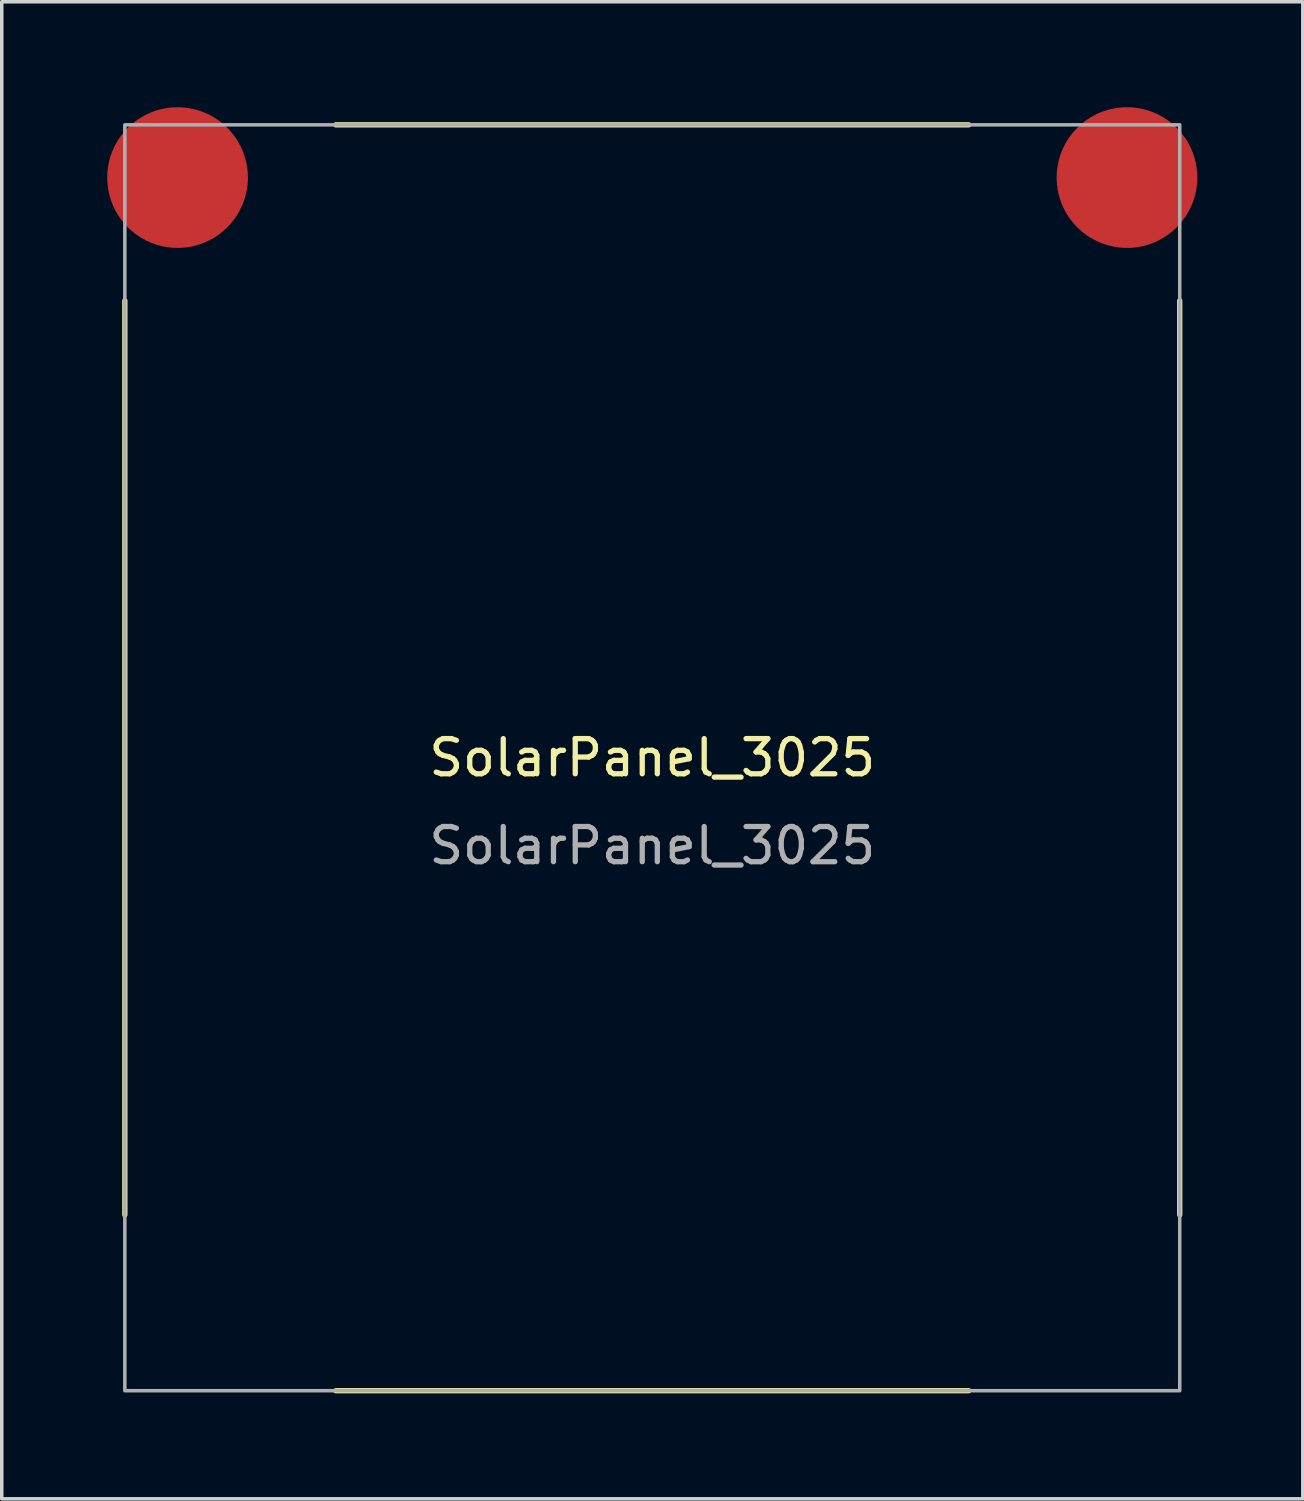
<source format=kicad_pcb>
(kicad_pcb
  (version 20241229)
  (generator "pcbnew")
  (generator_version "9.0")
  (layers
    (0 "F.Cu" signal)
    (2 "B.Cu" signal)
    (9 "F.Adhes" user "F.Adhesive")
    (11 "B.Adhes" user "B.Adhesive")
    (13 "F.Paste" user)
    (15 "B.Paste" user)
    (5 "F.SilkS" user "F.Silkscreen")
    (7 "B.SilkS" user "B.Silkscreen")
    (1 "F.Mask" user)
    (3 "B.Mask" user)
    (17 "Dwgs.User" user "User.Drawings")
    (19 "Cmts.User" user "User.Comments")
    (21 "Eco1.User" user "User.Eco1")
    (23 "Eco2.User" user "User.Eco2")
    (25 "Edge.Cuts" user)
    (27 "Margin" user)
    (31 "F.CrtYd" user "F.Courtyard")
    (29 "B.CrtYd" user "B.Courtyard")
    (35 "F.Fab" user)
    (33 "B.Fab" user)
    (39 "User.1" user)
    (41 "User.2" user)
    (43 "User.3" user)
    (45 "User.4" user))
  (footprint "SolarPanel_3025"
    (layer "F.Cu")
    (at 15.5 18.5)
    (property "Reference" "SolarPanel_3025" (at 0 0 0) (unlocked yes) (layer "F.SilkS") (effects (font (size 1 1) (thickness 0.15))))
    (attr smd)
    (fp_line (start -15 -13) (end -15 13) (stroke (width 0.15) (type default)) (layer "F.SilkS"))
    (fp_line (start -9 -18) (end 9 -18) (stroke (width 0.15) (type default)) (layer "F.SilkS"))
    (fp_line (start -9 18) (end 9 18) (stroke (width 0.15) (type default)) (layer "F.SilkS"))
    (fp_line (start 15 -13) (end 15 13) (stroke (width 0.15) (type default)) (layer "F.SilkS"))
    (fp_rect (start -15 -18) (end 15 18) (stroke (width 0.1) (type default)) (fill no) (layer "F.Fab"))
    (fp_text user "${REFERENCE}" (at 0 2.5 0) (unlocked yes) (layer "F.Fab") (effects (font (size 1 1) (thickness 0.15))))
    (pad "1" smd circle (at 13.5 -16.5) (size 4 4) (layers "F.Cu" "F.Mask" "F.Paste"))
    (pad "2" smd circle (at -13.5 -16.5) (size 4 4) (layers "F.Cu" "F.Mask" "F.Paste")))
  (gr_rect
    (start -3 -3)
    (end 34 39.575)
    (stroke (width 0.1) (type default))
    (fill no)
    (layer "Edge.Cuts")))
</source>
